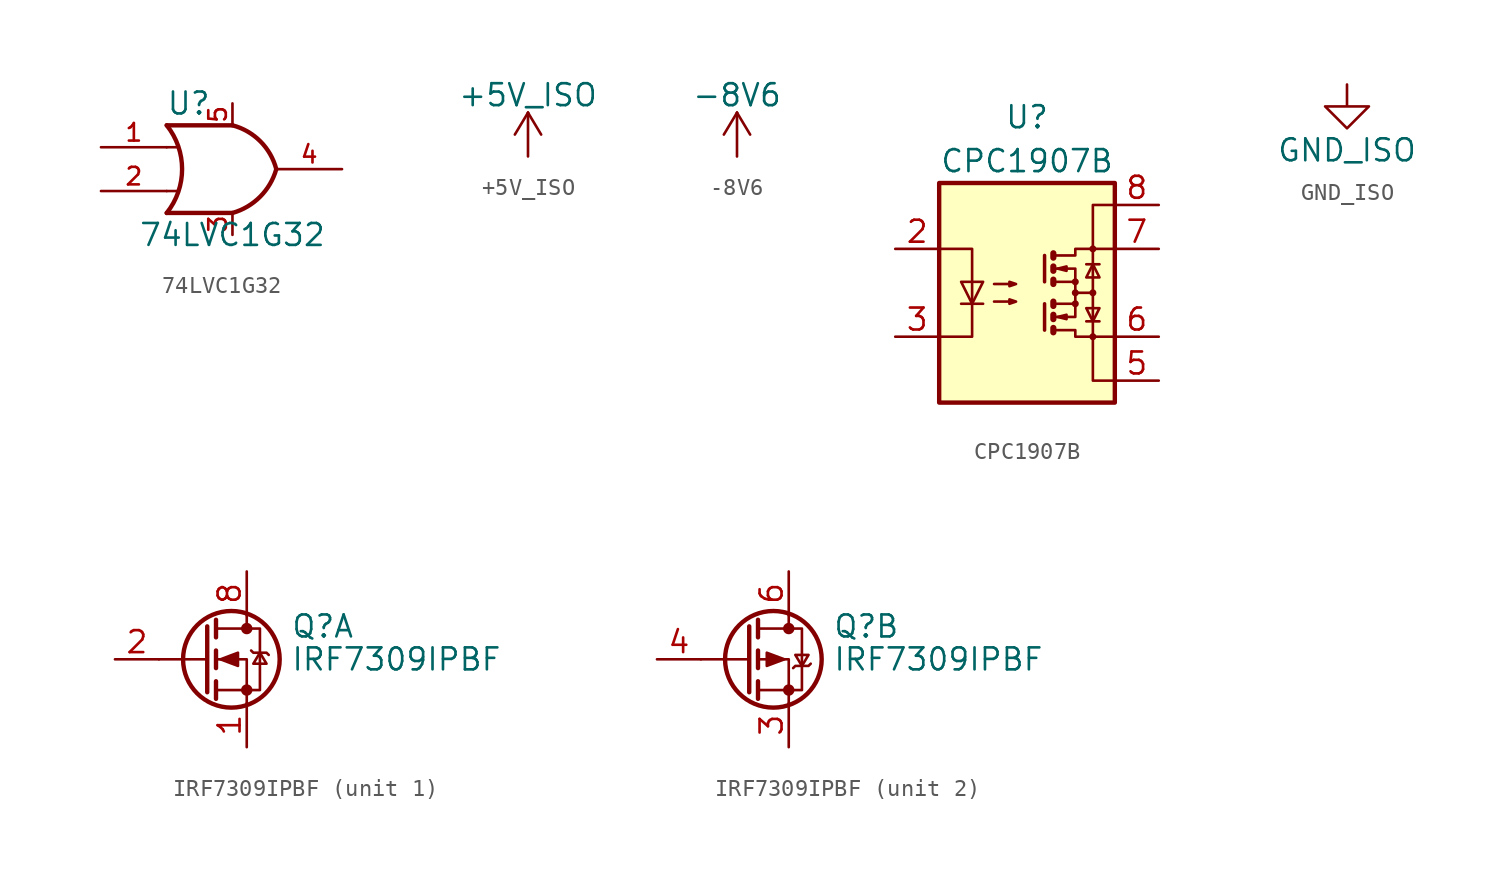
<source format=kicad_sym>
(kicad_symbol_lib
  (version 20241209)
  (generator "kicad_symbol_editor")
  (generator_version "9.0")
  (symbol "74LVC1G32"
    (pin_names
      (offset 1.016))
    (property "Reference" "U"
      (at -2.54 3.81 0)
      (effects (font (size 1.27 1.27))))
    (property "Value" "74LVC1G32"
      (at 0 -3.81 0)
      (effects (font (size 1.27 1.27))))
    (symbol "74LVC1G32_0_1"
      (arc (start -3.81 2.54) (mid -2.919 0) (end -3.81 -2.54) (stroke (width 0.254) (type default)) (fill (type none)))
      (polyline (pts (xy -3.81 1.27) (xy -3.175 1.27)) (stroke (width 0) (type default)) (fill (type none)))
      (polyline (pts (xy -3.81 -1.27) (xy -3.175 -1.27)) (stroke (width 0) (type default)) (fill (type none)))
      (arc (start 2.54 0) (mid 1.601 -1.601) (end 0 -2.54) (stroke (width 0.254) (type default)) (fill (type none)))
      (arc (start 0 2.54) (mid 1.6136 1.6136) (end 2.54 0) (stroke (width 0.254) (type default)) (fill (type none)))
      (polyline (pts (xy 0 2.54) (xy -3.81 2.54)) (stroke (width 0.254) (type default)) (fill (type background)))
      (polyline (pts (xy 0 -2.54) (xy -3.81 -2.54)) (stroke (width 0.254) (type default)) (fill (type background))))
    (symbol "74LVC1G32_1_1"
      (pin input line (at -7.62 1.27 0) (length 3.81) (name "~" (effects (font (size 1.016 1.016)))) (number "1" (effects (font (size 1.016 1.016)))))
      (pin input line (at -7.62 -1.27 0) (length 3.81) (name "~" (effects (font (size 1.016 1.016)))) (number "2" (effects (font (size 1.016 1.016)))))
      (pin power_in line (at 0 3.81 270) (length 1.27) (name "~" (effects (font (size 1.016 1.016)))) (number "5" (effects (font (size 1.016 1.016)))))
      (pin power_in line (at 0 -3.81 90) (length 1.27) (name "~" (effects (font (size 1.016 1.016)))) (number "3" (effects (font (size 1.016 1.016)))))
      (pin output line (at 6.35 0 180) (length 3.81) (name "~" (effects (font (size 1.016 1.016)))) (number "4" (effects (font (size 1.016 1.016)))))))
  (symbol "+5V_ISO"
    (power)
    (pin_names
      (offset 0))
    (property "Reference" "#PWR"
      (at 0 -3.81 0)
      (effects (font (size 1.27 1.27)) (hide yes)))
    (property "Value" "+5V_ISO"
      (at 0 3.556 0)
      (effects (font (size 1.27 1.27))))
    (symbol "+5V_ISO_0_1"
      (polyline (pts (xy -0.762 1.27) (xy 0 2.54)) (stroke (width 0) (type default)) (fill (type none)))
      (polyline (pts (xy 0 2.54) (xy 0.762 1.27)) (stroke (width 0) (type default)) (fill (type none)))
      (polyline (pts (xy 0 0) (xy 0 2.54)) (stroke (width 0) (type default)) (fill (type none))))
    (symbol "+5V_ISO_1_1"
      (pin power_in line (at 0 0 90) (length 0) (hide yes) (name "+5V_ISO" (effects (font (size 1.27 1.27)))) (number "1" (effects (font (size 1.27 1.27)))))))
  (symbol "-8V6"
    (power)
    (pin_names
      (offset 0))
    (property "Reference" "#PWR"
      (at 0 -3.81 0)
      (effects (font (size 1.27 1.27)) (hide yes)))
    (property "Value" "-8V6"
      (at 0 3.556 0)
      (effects (font (size 1.27 1.27))))
    (symbol "-8V6_0_1"
      (polyline (pts (xy -0.762 1.27) (xy 0 2.54)) (stroke (width 0) (type default)) (fill (type none)))
      (polyline (pts (xy 0 2.54) (xy 0.762 1.27)) (stroke (width 0) (type default)) (fill (type none)))
      (polyline (pts (xy 0 0) (xy 0 2.54)) (stroke (width 0) (type default)) (fill (type none))))
    (symbol "-8V6_1_1"
      (pin power_in line (at 0 0 90) (length 0) (hide yes) (name "-8V6" (effects (font (size 1.27 1.27)))) (number "1" (effects (font (size 1.27 1.27)))))))
  (symbol "CPC1907B"
    (property "Reference" "U"
      (at 0 10.16 0)
      (effects (font (size 1.27 1.27))))
    (property "Value" "CPC1907B"
      (at 0 7.62 0)
      (effects (font (size 1.27 1.27))))
    (symbol "CPC1907B_0_1"
      (rectangle (start -5.08 6.35) (end 5.08 -6.35) (stroke (width 0.254) (type default)) (fill (type background)))
      (polyline (pts (xy -5.08 2.54) (xy -3.175 2.54) (xy -3.175 -2.54) (xy -5.08 -2.54)) (stroke (width 0) (type default)) (fill (type none)))
      (polyline (pts (xy -3.81 -0.635) (xy -2.54 -0.635)) (stroke (width 0) (type default)) (fill (type none)))
      (polyline (pts (xy -3.175 -0.635) (xy -3.81 0.635) (xy -2.54 0.635) (xy -3.175 -0.635)) (stroke (width 0) (type default)) (fill (type none)))
      (polyline (pts (xy -1.905 0.508) (xy -0.635 0.508) (xy -1.016 0.381) (xy -1.016 0.635) (xy -0.635 0.508)) (stroke (width 0) (type default)) (fill (type none)))
      (polyline (pts (xy -1.905 -0.508) (xy -0.635 -0.508) (xy -1.016 -0.635) (xy -1.016 -0.381) (xy -0.635 -0.508)) (stroke (width 0) (type default)) (fill (type none)))
      (polyline (pts (xy 1.016 2.159) (xy 1.016 0.635)) (stroke (width 0.203) (type default)) (fill (type none)))
      (polyline (pts (xy 1.016 -0.635) (xy 1.016 -2.159)) (stroke (width 0.203) (type default)) (fill (type none)))
      (polyline (pts (xy 1.524 2.286) (xy 1.524 2.032) (xy 1.524 2.032)) (stroke (width 0.356) (type default)) (fill (type none)))
      (polyline (pts (xy 1.524 1.524) (xy 1.524 1.27) (xy 1.524 1.27)) (stroke (width 0.356) (type default)) (fill (type none)))
      (polyline (pts (xy 1.524 0.762) (xy 1.524 0.508) (xy 1.524 0.508)) (stroke (width 0.356) (type default)) (fill (type none)))
      (polyline (pts (xy 1.524 -0.508) (xy 1.524 -0.762)) (stroke (width 0.356) (type default)) (fill (type none)))
      (polyline (pts (xy 1.524 -1.27) (xy 1.524 -1.524) (xy 1.524 -1.524)) (stroke (width 0.356) (type default)) (fill (type none)))
      (polyline (pts (xy 1.524 -2.032) (xy 1.524 -2.286) (xy 1.524 -2.286)) (stroke (width 0.356) (type default)) (fill (type none)))
      (polyline (pts (xy 1.651 2.159) (xy 2.794 2.159) (xy 2.794 2.54) (xy 5.08 2.54)) (stroke (width 0) (type default)) (fill (type none)))
      (polyline (pts (xy 1.651 1.397) (xy 2.794 1.397) (xy 2.794 0.635)) (stroke (width 0) (type default)) (fill (type none)))
      (polyline (pts (xy 1.651 -0.635) (xy 2.794 -0.635) (xy 2.794 0.635) (xy 1.651 0.635)) (stroke (width 0) (type default)) (fill (type none)))
      (polyline (pts (xy 1.651 -1.397) (xy 2.794 -1.397) (xy 2.794 -0.635)) (stroke (width 0) (type default)) (fill (type none)))
      (polyline (pts (xy 1.651 -2.159) (xy 2.794 -2.159) (xy 2.794 -2.54) (xy 5.08 -2.54)) (stroke (width 0) (type default)) (fill (type none)))
      (polyline (pts (xy 1.778 1.397) (xy 2.286 1.524) (xy 2.286 1.27) (xy 1.778 1.397)) (stroke (width 0) (type default)) (fill (type none)))
      (polyline (pts (xy 1.778 -1.397) (xy 2.286 -1.27) (xy 2.286 -1.524) (xy 1.778 -1.397)) (stroke (width 0) (type default)) (fill (type none)))
      (circle (center 2.794 0.635) (radius 0.127) (stroke (width 0) (type default)) (fill (type none)))
      (polyline (pts (xy 2.794 0) (xy 3.81 0)) (stroke (width 0) (type default)) (fill (type none)))
      (circle (center 2.794 0) (radius 0.127) (stroke (width 0) (type default)) (fill (type none)))
      (circle (center 2.794 -0.635) (radius 0.127) (stroke (width 0) (type default)) (fill (type none)))
      (polyline (pts (xy 3.429 1.651) (xy 4.191 1.651)) (stroke (width 0) (type default)) (fill (type none)))
      (polyline (pts (xy 3.429 -1.651) (xy 4.191 -1.651)) (stroke (width 0) (type default)) (fill (type none)))
      (polyline (pts (xy 3.81 2.54) (xy 3.81 5.08) (xy 5.08 5.08)) (stroke (width 0) (type default)) (fill (type none)))
      (circle (center 3.81 2.54) (radius 0.127) (stroke (width 0) (type default)) (fill (type none)))
      (polyline (pts (xy 3.81 1.651) (xy 3.429 0.889) (xy 4.191 0.889) (xy 3.81 1.651)) (stroke (width 0) (type default)) (fill (type none)))
      (circle (center 3.81 0) (radius 0.127) (stroke (width 0) (type default)) (fill (type none)))
      (polyline (pts (xy 3.81 -1.651) (xy 3.429 -0.889) (xy 4.191 -0.889) (xy 3.81 -1.651)) (stroke (width 0) (type default)) (fill (type none)))
      (polyline (pts (xy 3.81 -2.54) (xy 3.81 2.54)) (stroke (width 0) (type default)) (fill (type none)))
      (polyline (pts (xy 3.81 -2.54) (xy 3.81 -5.08) (xy 5.08 -5.08)) (stroke (width 0) (type default)) (fill (type none)))
      (circle (center 3.81 -2.54) (radius 0.127) (stroke (width 0) (type default)) (fill (type none))))
    (symbol "CPC1907B_1_1"
      (pin passive line (at -7.62 2.54 0) (length 2.54) (name "~" (effects (font (size 1.27 1.27)))) (number "2" (effects (font (size 1.27 1.27)))))
      (pin passive line (at -7.62 -2.54 0) (length 2.54) (name "~" (effects (font (size 1.27 1.27)))) (number "3" (effects (font (size 1.27 1.27)))))
      (pin passive line (at 7.62 5.08 180) (length 2.54) (name "~" (effects (font (size 1.27 1.27)))) (number "8" (effects (font (size 1.27 1.27)))))
      (pin passive line (at 7.62 2.54 180) (length 2.54) (name "~" (effects (font (size 1.27 1.27)))) (number "7" (effects (font (size 1.27 1.27)))))
      (pin passive line (at 7.62 -2.54 180) (length 2.54) (name "~" (effects (font (size 1.27 1.27)))) (number "6" (effects (font (size 1.27 1.27)))))
      (pin passive line (at 7.62 -5.08 180) (length 2.54) (name "~" (effects (font (size 1.27 1.27)))) (number "5" (effects (font (size 1.27 1.27)))))))
  (symbol "GND_ISO"
    (power)
    (pin_names
      (offset 0))
    (property "Reference" "#PWR"
      (at 0 -6.35 0)
      (effects (font (size 1.27 1.27)) (hide yes)))
    (property "Value" "GND_ISO"
      (at 0 -3.81 0)
      (effects (font (size 1.27 1.27))))
    (symbol "GND_ISO_0_1"
      (polyline (pts (xy 0 0) (xy 0 -1.27) (xy 1.27 -1.27) (xy 0 -2.54) (xy -1.27 -1.27) (xy 0 -1.27)) (stroke (width 0) (type default)) (fill (type none))))
    (symbol "GND_ISO_1_1"
      (pin power_in line (at 0 0 270) (length 0) (hide yes) (name "GND_ISO" (effects (font (size 1.27 1.27)))) (number "1" (effects (font (size 1.27 1.27)))))))
  (symbol "IRF7309IPBF"
    (pin_names
      (hide yes))
    (property "Reference" "Q"
      (at 5.08 1.905 0)
      (effects (font (size 1.27 1.27)) (justify left)))
    (property "Value" "IRF7309IPBF"
      (at 5.08 0 0)
      (effects (font (size 1.27 1.27)) (justify left)))
    (symbol "IRF7309IPBF_0_1"
      (polyline (pts (xy 0.254 1.905) (xy 0.254 -1.905)) (stroke (width 0.254) (type default)) (fill (type none)))
      (polyline (pts (xy 0.254 0) (xy -2.54 0)) (stroke (width 0) (type default)) (fill (type none)))
      (polyline (pts (xy 0.762 2.286) (xy 0.762 1.27)) (stroke (width 0.254) (type default)) (fill (type none)))
      (polyline (pts (xy 0.762 0.508) (xy 0.762 -0.508)) (stroke (width 0.254) (type default)) (fill (type none)))
      (polyline (pts (xy 0.762 -1.27) (xy 0.762 -2.286)) (stroke (width 0.254) (type default)) (fill (type none)))
      (polyline (pts (xy 0.762 -1.778) (xy 3.302 -1.778) (xy 3.302 1.778) (xy 0.762 1.778)) (stroke (width 0) (type default)) (fill (type none)))
      (circle (center 1.651 0) (radius 2.794) (stroke (width 0.254) (type default)) (fill (type none)))
      (polyline (pts (xy 2.54 2.54) (xy 2.54 1.778)) (stroke (width 0) (type default)) (fill (type none)))
      (circle (center 2.54 1.778) (radius 0.254) (stroke (width 0) (type default)) (fill (type outline)))
      (circle (center 2.54 -1.778) (radius 0.254) (stroke (width 0) (type default)) (fill (type outline)))
      (polyline (pts (xy 2.54 -2.54) (xy 2.54 0) (xy 0.762 0)) (stroke (width 0) (type default)) (fill (type none))))
    (symbol "IRF7309IPBF_1_1"
      (polyline (pts (xy 1.016 0) (xy 2.032 0.381) (xy 2.032 -0.381) (xy 1.016 0)) (stroke (width 0) (type default)) (fill (type outline)))
      (polyline (pts (xy 2.794 0.508) (xy 2.921 0.381) (xy 3.683 0.381) (xy 3.81 0.254)) (stroke (width 0) (type default)) (fill (type none)))
      (polyline (pts (xy 3.302 0.381) (xy 2.921 -0.254) (xy 3.683 -0.254) (xy 3.302 0.381)) (stroke (width 0) (type default)) (fill (type none)))
      (pin input line (at -5.08 0 0) (length 2.54) (name "G" (effects (font (size 1.27 1.27)))) (number "2" (effects (font (size 1.27 1.27)))))
      (pin passive line (at 2.54 5.08 270) (length 2.54) (hide yes) (name "D" (effects (font (size 1.27 1.27)))) (number "7" (effects (font (size 1.27 1.27)))))
      (pin passive line (at 2.54 5.08 270) (length 2.54) (name "D" (effects (font (size 1.27 1.27)))) (number "8" (effects (font (size 1.27 1.27)))))
      (pin passive line (at 2.54 -5.08 90) (length 2.54) (name "S" (effects (font (size 1.27 1.27)))) (number "1" (effects (font (size 1.27 1.27))))))
    (symbol "IRF7309IPBF_2_1"
      (polyline (pts (xy 2.286 0) (xy 1.27 0.381) (xy 1.27 -0.381) (xy 2.286 0)) (stroke (width 0) (type default)) (fill (type outline)))
      (polyline (pts (xy 2.794 -0.508) (xy 2.921 -0.381) (xy 3.683 -0.381) (xy 3.81 -0.254)) (stroke (width 0) (type default)) (fill (type none)))
      (polyline (pts (xy 3.302 -0.381) (xy 2.921 0.254) (xy 3.683 0.254) (xy 3.302 -0.381)) (stroke (width 0) (type default)) (fill (type none)))
      (pin input line (at -5.08 0 0) (length 2.54) (name "G" (effects (font (size 1.27 1.27)))) (number "4" (effects (font (size 1.27 1.27)))))
      (pin passive line (at 2.54 5.08 270) (length 2.54) (hide yes) (name "D" (effects (font (size 1.27 1.27)))) (number "5" (effects (font (size 1.27 1.27)))))
      (pin passive line (at 2.54 5.08 270) (length 2.54) (name "D" (effects (font (size 1.27 1.27)))) (number "6" (effects (font (size 1.27 1.27)))))
      (pin passive line (at 2.54 -5.08 90) (length 2.54) (name "1" (effects (font (size 1.27 1.27)))) (number "3" (effects (font (size 1.27 1.27))))))))
</source>
